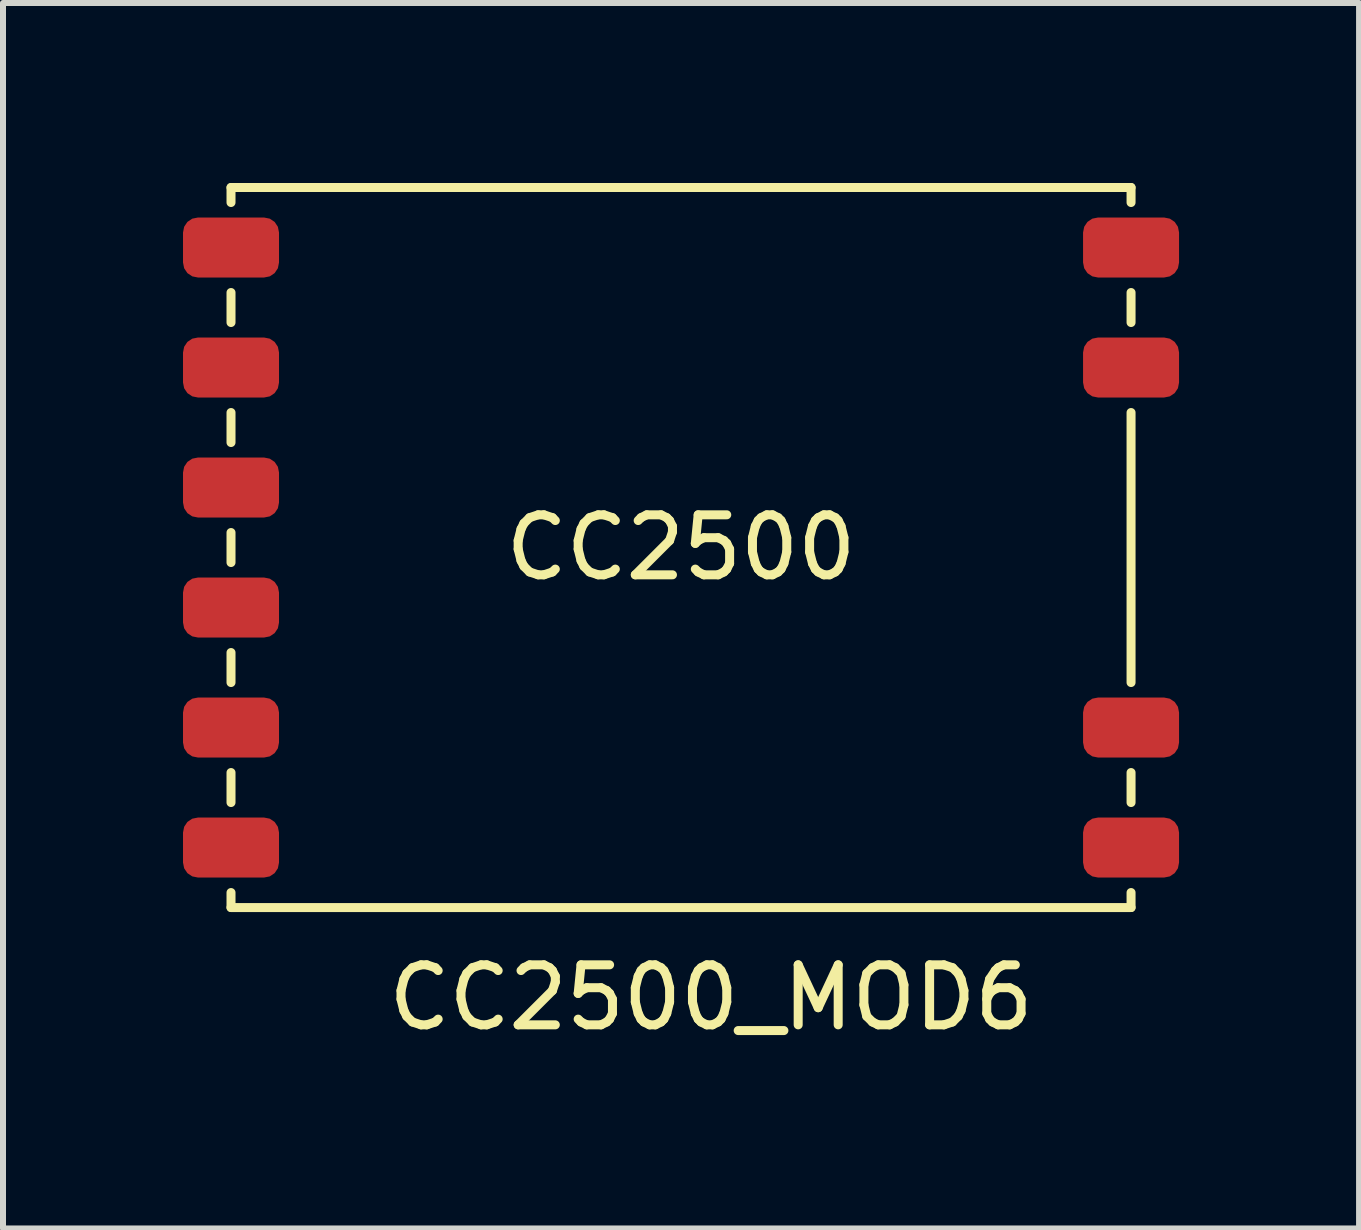
<source format=kicad_pcb>
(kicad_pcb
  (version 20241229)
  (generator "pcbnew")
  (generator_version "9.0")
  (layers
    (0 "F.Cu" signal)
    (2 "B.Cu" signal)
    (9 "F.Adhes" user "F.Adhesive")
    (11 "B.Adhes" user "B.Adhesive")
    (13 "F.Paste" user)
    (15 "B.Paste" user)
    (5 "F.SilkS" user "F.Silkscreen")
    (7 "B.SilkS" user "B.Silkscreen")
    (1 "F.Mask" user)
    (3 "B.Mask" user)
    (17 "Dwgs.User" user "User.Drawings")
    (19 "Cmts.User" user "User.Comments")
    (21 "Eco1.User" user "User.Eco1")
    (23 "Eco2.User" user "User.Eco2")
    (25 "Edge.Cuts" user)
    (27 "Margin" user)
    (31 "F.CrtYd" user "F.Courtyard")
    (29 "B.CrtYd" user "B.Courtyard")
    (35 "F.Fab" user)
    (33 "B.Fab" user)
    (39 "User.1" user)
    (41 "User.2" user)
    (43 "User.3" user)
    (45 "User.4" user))
  (footprint "CC2500_MOD6"
    (layer "F.Cu")
    (at 8.3 6.075)
    (property "Reference" "CC2500_MOD6" (at 0.5 7.5 0) (layer "F.SilkS") (effects (font (size 1 1) (thickness 0.15))))
    (attr through_hole)
    (fp_line (start -7.5 -6) (end 7.5 -6) (stroke (width 0.15) (type solid)) (layer "F.SilkS"))
    (fp_line (start -7.5 -5.75) (end -7.5 -6) (stroke (width 0.15) (type solid)) (layer "F.SilkS"))
    (fp_line (start -7.5 -3.75) (end -7.5 -4.25) (stroke (width 0.15) (type solid)) (layer "F.SilkS"))
    (fp_line (start -7.5 -1.75) (end -7.5 -2.25) (stroke (width 0.15) (type solid)) (layer "F.SilkS"))
    (fp_line (start -7.5 0.25) (end -7.5 -0.25) (stroke (width 0.15) (type solid)) (layer "F.SilkS"))
    (fp_line (start -7.5 1.75) (end -7.5 2.25) (stroke (width 0.15) (type solid)) (layer "F.SilkS"))
    (fp_line (start -7.5 4.25) (end -7.5 3.75) (stroke (width 0.15) (type solid)) (layer "F.SilkS"))
    (fp_line (start -7.5 6) (end -7.5 5.75) (stroke (width 0.15) (type solid)) (layer "F.SilkS"))
    (fp_line (start 7.5 -5.75) (end 7.5 -6) (stroke (width 0.15) (type solid)) (layer "F.SilkS"))
    (fp_line (start 7.5 -4.25) (end 7.5 -3.75) (stroke (width 0.15) (type solid)) (layer "F.SilkS"))
    (fp_line (start 7.5 -2.25) (end 7.5 2.25) (stroke (width 0.15) (type solid)) (layer "F.SilkS"))
    (fp_line (start 7.5 3.75) (end 7.5 4.25) (stroke (width 0.15) (type solid)) (layer "F.SilkS"))
    (fp_line (start 7.5 6) (end -7.5 6) (stroke (width 0.15) (type solid)) (layer "F.SilkS"))
    (fp_line (start 7.5 6) (end 7.5 5.75) (stroke (width 0.15) (type solid)) (layer "F.SilkS"))
    (fp_text user "CC2500" (at 0 0 0) (layer "F.SilkS") (effects (font (size 1 1) (thickness 0.15))))
    (pad "1" smd roundrect (at -7.5 -5) (size 1.6 1) (layers "F.Cu" "F.Mask" "F.Paste") (roundrect_rratio 0.25))
    (pad "2" smd roundrect (at -7.5 -3) (size 1.6 1) (layers "F.Cu" "F.Mask" "F.Paste") (roundrect_rratio 0.25))
    (pad "3" smd roundrect (at -7.5 -1) (size 1.6 1) (layers "F.Cu" "F.Mask" "F.Paste") (roundrect_rratio 0.25))
    (pad "4" smd roundrect (at -7.5 1) (size 1.6 1) (layers "F.Cu" "F.Mask" "F.Paste") (roundrect_rratio 0.25))
    (pad "5" smd roundrect (at -7.5 3) (size 1.6 1) (layers "F.Cu" "F.Mask" "F.Paste") (roundrect_rratio 0.25))
    (pad "6" smd roundrect (at -7.5 5) (size 1.6 1) (layers "F.Cu" "F.Mask" "F.Paste") (roundrect_rratio 0.25))
    (pad "7" smd roundrect (at 7.5 5) (size 1.6 1) (layers "F.Cu" "F.Mask" "F.Paste") (roundrect_rratio 0.25))
    (pad "8" smd roundrect (at 7.5 3) (size 1.6 1) (layers "F.Cu" "F.Mask" "F.Paste") (roundrect_rratio 0.25))
    (pad "9" smd roundrect (at 7.5 -3) (size 1.6 1) (layers "F.Cu" "F.Mask" "F.Paste") (roundrect_rratio 0.25))
    (pad "10" smd roundrect (at 7.5 -5) (size 1.6 1) (layers "F.Cu" "F.Mask" "F.Paste") (roundrect_rratio 0.25)))
  (gr_rect
    (start -3 -3)
    (end 19.6 17.423)
    (stroke (width 0.1) (type default))
    (fill no)
    (layer "Edge.Cuts")))
</source>
